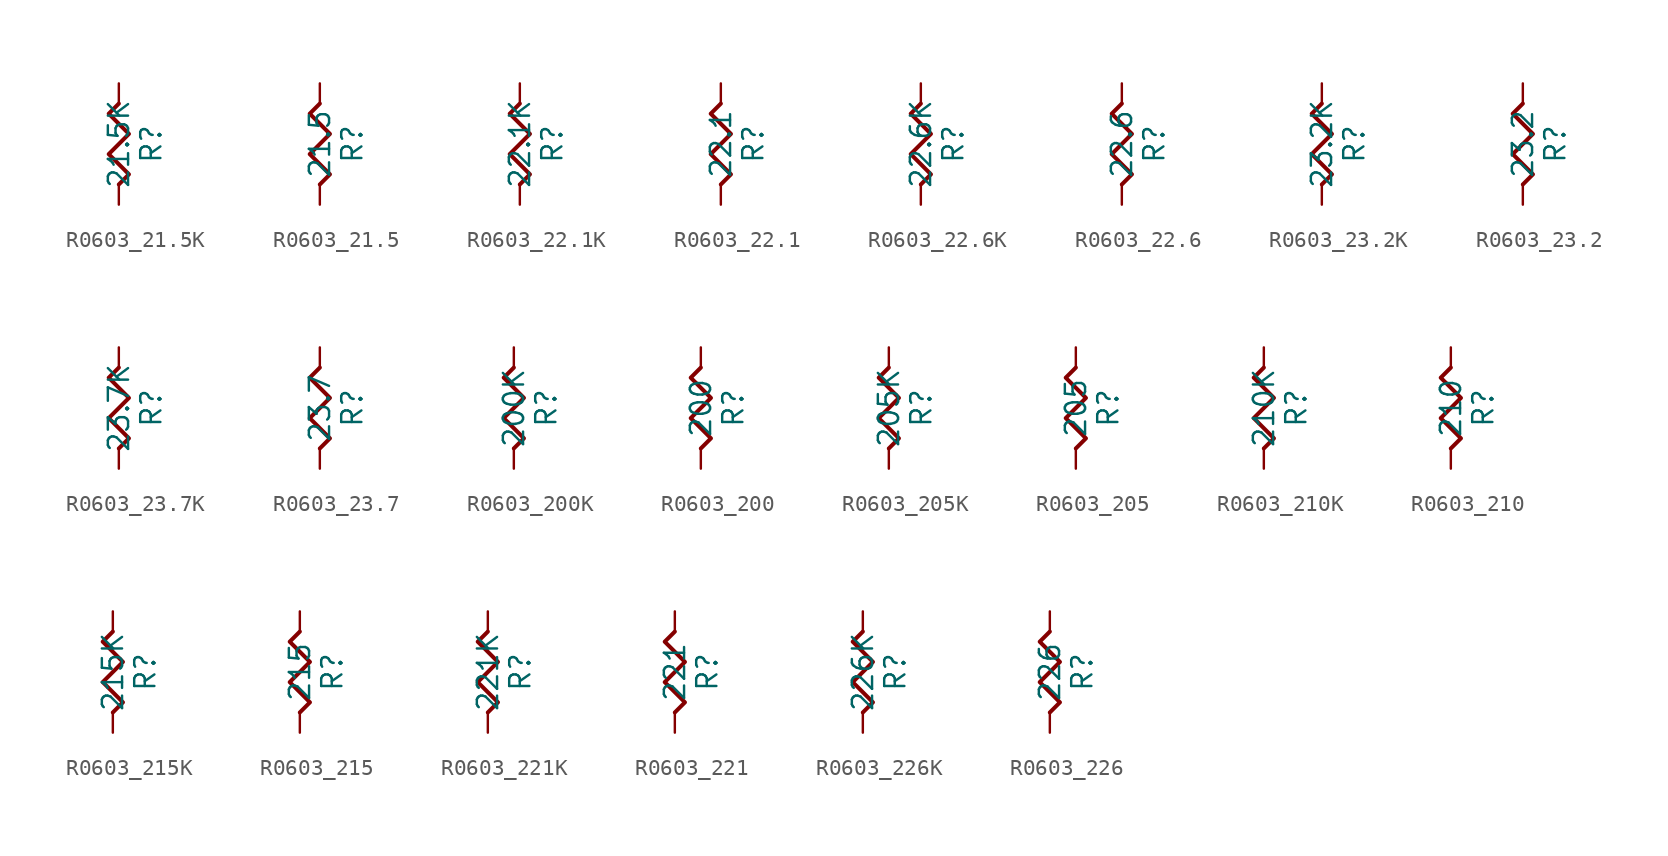
<source format=kicad_sym>
(kicad_symbol_lib
  (version 20211014)
  (generator atlantix-eda)
  (symbol "R0603_21.5K"
    (pin_numbers hide)
    (pin_names
      (offset 0))
    (property "Reference" "R"
      (at 2.032 0 90)
      (effects (font (size 1.27 1.27))))
    (property "Value" "21.5K"
      (at 0 0 90)
      (effects (font (size 1.27 1.27))))
    (symbol "R0603_21.5K_0_1"
      (polyline (pts (xy 0 -2.54) (xy 0.635 -1.905) (xy -0.635 -0.635) (xy 0.635 0.635) (xy -0.635 1.905) (xy 0 2.54)) (stroke (width 0.254) (type default) (color 0 0 0 0)) (fill (type none))))
    (symbol "R0603_21.5K_1_1"
      (pin passive line (at 0 3.81 270) (length 1.27) (name "~" (effects (font (size 1.27 1.27)))) (number "1" (effects (font (size 1.27 1.27)))))
      (pin passive line (at 0 -3.81 90) (length 1.27) (name "~" (effects (font (size 1.27 1.27)))) (number "2" (effects (font (size 1.27 1.27)))))))
  (symbol "R0603_21.5"
    (pin_numbers hide)
    (pin_names
      (offset 0))
    (property "Reference" "R"
      (at 2.032 0 90)
      (effects (font (size 1.27 1.27))))
    (property "Value" "21.5"
      (at 0 0 90)
      (effects (font (size 1.27 1.27))))
    (symbol "R0603_21.5_0_1"
      (polyline (pts (xy 0 -2.54) (xy 0.635 -1.905) (xy -0.635 -0.635) (xy 0.635 0.635) (xy -0.635 1.905) (xy 0 2.54)) (stroke (width 0.254) (type default) (color 0 0 0 0)) (fill (type none))))
    (symbol "R0603_21.5_1_1"
      (pin passive line (at 0 3.81 270) (length 1.27) (name "~" (effects (font (size 1.27 1.27)))) (number "1" (effects (font (size 1.27 1.27)))))
      (pin passive line (at 0 -3.81 90) (length 1.27) (name "~" (effects (font (size 1.27 1.27)))) (number "2" (effects (font (size 1.27 1.27)))))))
  (symbol "R0603_22.1K"
    (pin_numbers hide)
    (pin_names
      (offset 0))
    (property "Reference" "R"
      (at 2.032 0 90)
      (effects (font (size 1.27 1.27))))
    (property "Value" "22.1K"
      (at 0 0 90)
      (effects (font (size 1.27 1.27))))
    (symbol "R0603_22.1K_0_1"
      (polyline (pts (xy 0 -2.54) (xy 0.635 -1.905) (xy -0.635 -0.635) (xy 0.635 0.635) (xy -0.635 1.905) (xy 0 2.54)) (stroke (width 0.254) (type default) (color 0 0 0 0)) (fill (type none))))
    (symbol "R0603_22.1K_1_1"
      (pin passive line (at 0 3.81 270) (length 1.27) (name "~" (effects (font (size 1.27 1.27)))) (number "1" (effects (font (size 1.27 1.27)))))
      (pin passive line (at 0 -3.81 90) (length 1.27) (name "~" (effects (font (size 1.27 1.27)))) (number "2" (effects (font (size 1.27 1.27)))))))
  (symbol "R0603_22.1"
    (pin_numbers hide)
    (pin_names
      (offset 0))
    (property "Reference" "R"
      (at 2.032 0 90)
      (effects (font (size 1.27 1.27))))
    (property "Value" "22.1"
      (at 0 0 90)
      (effects (font (size 1.27 1.27))))
    (symbol "R0603_22.1_0_1"
      (polyline (pts (xy 0 -2.54) (xy 0.635 -1.905) (xy -0.635 -0.635) (xy 0.635 0.635) (xy -0.635 1.905) (xy 0 2.54)) (stroke (width 0.254) (type default) (color 0 0 0 0)) (fill (type none))))
    (symbol "R0603_22.1_1_1"
      (pin passive line (at 0 3.81 270) (length 1.27) (name "~" (effects (font (size 1.27 1.27)))) (number "1" (effects (font (size 1.27 1.27)))))
      (pin passive line (at 0 -3.81 90) (length 1.27) (name "~" (effects (font (size 1.27 1.27)))) (number "2" (effects (font (size 1.27 1.27)))))))
  (symbol "R0603_22.6K"
    (pin_numbers hide)
    (pin_names
      (offset 0))
    (property "Reference" "R"
      (at 2.032 0 90)
      (effects (font (size 1.27 1.27))))
    (property "Value" "22.6K"
      (at 0 0 90)
      (effects (font (size 1.27 1.27))))
    (symbol "R0603_22.6K_0_1"
      (polyline (pts (xy 0 -2.54) (xy 0.635 -1.905) (xy -0.635 -0.635) (xy 0.635 0.635) (xy -0.635 1.905) (xy 0 2.54)) (stroke (width 0.254) (type default) (color 0 0 0 0)) (fill (type none))))
    (symbol "R0603_22.6K_1_1"
      (pin passive line (at 0 3.81 270) (length 1.27) (name "~" (effects (font (size 1.27 1.27)))) (number "1" (effects (font (size 1.27 1.27)))))
      (pin passive line (at 0 -3.81 90) (length 1.27) (name "~" (effects (font (size 1.27 1.27)))) (number "2" (effects (font (size 1.27 1.27)))))))
  (symbol "R0603_22.6"
    (pin_numbers hide)
    (pin_names
      (offset 0))
    (property "Reference" "R"
      (at 2.032 0 90)
      (effects (font (size 1.27 1.27))))
    (property "Value" "22.6"
      (at 0 0 90)
      (effects (font (size 1.27 1.27))))
    (symbol "R0603_22.6_0_1"
      (polyline (pts (xy 0 -2.54) (xy 0.635 -1.905) (xy -0.635 -0.635) (xy 0.635 0.635) (xy -0.635 1.905) (xy 0 2.54)) (stroke (width 0.254) (type default) (color 0 0 0 0)) (fill (type none))))
    (symbol "R0603_22.6_1_1"
      (pin passive line (at 0 3.81 270) (length 1.27) (name "~" (effects (font (size 1.27 1.27)))) (number "1" (effects (font (size 1.27 1.27)))))
      (pin passive line (at 0 -3.81 90) (length 1.27) (name "~" (effects (font (size 1.27 1.27)))) (number "2" (effects (font (size 1.27 1.27)))))))
  (symbol "R0603_23.2K"
    (pin_numbers hide)
    (pin_names
      (offset 0))
    (property "Reference" "R"
      (at 2.032 0 90)
      (effects (font (size 1.27 1.27))))
    (property "Value" "23.2K"
      (at 0 0 90)
      (effects (font (size 1.27 1.27))))
    (symbol "R0603_23.2K_0_1"
      (polyline (pts (xy 0 -2.54) (xy 0.635 -1.905) (xy -0.635 -0.635) (xy 0.635 0.635) (xy -0.635 1.905) (xy 0 2.54)) (stroke (width 0.254) (type default) (color 0 0 0 0)) (fill (type none))))
    (symbol "R0603_23.2K_1_1"
      (pin passive line (at 0 3.81 270) (length 1.27) (name "~" (effects (font (size 1.27 1.27)))) (number "1" (effects (font (size 1.27 1.27)))))
      (pin passive line (at 0 -3.81 90) (length 1.27) (name "~" (effects (font (size 1.27 1.27)))) (number "2" (effects (font (size 1.27 1.27)))))))
  (symbol "R0603_23.2"
    (pin_numbers hide)
    (pin_names
      (offset 0))
    (property "Reference" "R"
      (at 2.032 0 90)
      (effects (font (size 1.27 1.27))))
    (property "Value" "23.2"
      (at 0 0 90)
      (effects (font (size 1.27 1.27))))
    (symbol "R0603_23.2_0_1"
      (polyline (pts (xy 0 -2.54) (xy 0.635 -1.905) (xy -0.635 -0.635) (xy 0.635 0.635) (xy -0.635 1.905) (xy 0 2.54)) (stroke (width 0.254) (type default) (color 0 0 0 0)) (fill (type none))))
    (symbol "R0603_23.2_1_1"
      (pin passive line (at 0 3.81 270) (length 1.27) (name "~" (effects (font (size 1.27 1.27)))) (number "1" (effects (font (size 1.27 1.27)))))
      (pin passive line (at 0 -3.81 90) (length 1.27) (name "~" (effects (font (size 1.27 1.27)))) (number "2" (effects (font (size 1.27 1.27)))))))
  (symbol "R0603_23.7K"
    (pin_numbers hide)
    (pin_names
      (offset 0))
    (property "Reference" "R"
      (at 2.032 0 90)
      (effects (font (size 1.27 1.27))))
    (property "Value" "23.7K"
      (at 0 0 90)
      (effects (font (size 1.27 1.27))))
    (symbol "R0603_23.7K_0_1"
      (polyline (pts (xy 0 -2.54) (xy 0.635 -1.905) (xy -0.635 -0.635) (xy 0.635 0.635) (xy -0.635 1.905) (xy 0 2.54)) (stroke (width 0.254) (type default) (color 0 0 0 0)) (fill (type none))))
    (symbol "R0603_23.7K_1_1"
      (pin passive line (at 0 3.81 270) (length 1.27) (name "~" (effects (font (size 1.27 1.27)))) (number "1" (effects (font (size 1.27 1.27)))))
      (pin passive line (at 0 -3.81 90) (length 1.27) (name "~" (effects (font (size 1.27 1.27)))) (number "2" (effects (font (size 1.27 1.27)))))))
  (symbol "R0603_23.7"
    (pin_numbers hide)
    (pin_names
      (offset 0))
    (property "Reference" "R"
      (at 2.032 0 90)
      (effects (font (size 1.27 1.27))))
    (property "Value" "23.7"
      (at 0 0 90)
      (effects (font (size 1.27 1.27))))
    (symbol "R0603_23.7_0_1"
      (polyline (pts (xy 0 -2.54) (xy 0.635 -1.905) (xy -0.635 -0.635) (xy 0.635 0.635) (xy -0.635 1.905) (xy 0 2.54)) (stroke (width 0.254) (type default) (color 0 0 0 0)) (fill (type none))))
    (symbol "R0603_23.7_1_1"
      (pin passive line (at 0 3.81 270) (length 1.27) (name "~" (effects (font (size 1.27 1.27)))) (number "1" (effects (font (size 1.27 1.27)))))
      (pin passive line (at 0 -3.81 90) (length 1.27) (name "~" (effects (font (size 1.27 1.27)))) (number "2" (effects (font (size 1.27 1.27)))))))
  (symbol "R0603_200K"
    (pin_numbers hide)
    (pin_names
      (offset 0))
    (property "Reference" "R"
      (at 2.032 0 90)
      (effects (font (size 1.27 1.27))))
    (property "Value" "200K"
      (at 0 0 90)
      (effects (font (size 1.27 1.27))))
    (symbol "R0603_200K_0_1"
      (polyline (pts (xy 0 -2.54) (xy 0.635 -1.905) (xy -0.635 -0.635) (xy 0.635 0.635) (xy -0.635 1.905) (xy 0 2.54)) (stroke (width 0.254) (type default) (color 0 0 0 0)) (fill (type none))))
    (symbol "R0603_200K_1_1"
      (pin passive line (at 0 3.81 270) (length 1.27) (name "~" (effects (font (size 1.27 1.27)))) (number "1" (effects (font (size 1.27 1.27)))))
      (pin passive line (at 0 -3.81 90) (length 1.27) (name "~" (effects (font (size 1.27 1.27)))) (number "2" (effects (font (size 1.27 1.27)))))))
  (symbol "R0603_200"
    (pin_numbers hide)
    (pin_names
      (offset 0))
    (property "Reference" "R"
      (at 2.032 0 90)
      (effects (font (size 1.27 1.27))))
    (property "Value" "200"
      (at 0 0 90)
      (effects (font (size 1.27 1.27))))
    (symbol "R0603_200_0_1"
      (polyline (pts (xy 0 -2.54) (xy 0.635 -1.905) (xy -0.635 -0.635) (xy 0.635 0.635) (xy -0.635 1.905) (xy 0 2.54)) (stroke (width 0.254) (type default) (color 0 0 0 0)) (fill (type none))))
    (symbol "R0603_200_1_1"
      (pin passive line (at 0 3.81 270) (length 1.27) (name "~" (effects (font (size 1.27 1.27)))) (number "1" (effects (font (size 1.27 1.27)))))
      (pin passive line (at 0 -3.81 90) (length 1.27) (name "~" (effects (font (size 1.27 1.27)))) (number "2" (effects (font (size 1.27 1.27)))))))
  (symbol "R0603_205K"
    (pin_numbers hide)
    (pin_names
      (offset 0))
    (property "Reference" "R"
      (at 2.032 0 90)
      (effects (font (size 1.27 1.27))))
    (property "Value" "205K"
      (at 0 0 90)
      (effects (font (size 1.27 1.27))))
    (symbol "R0603_205K_0_1"
      (polyline (pts (xy 0 -2.54) (xy 0.635 -1.905) (xy -0.635 -0.635) (xy 0.635 0.635) (xy -0.635 1.905) (xy 0 2.54)) (stroke (width 0.254) (type default) (color 0 0 0 0)) (fill (type none))))
    (symbol "R0603_205K_1_1"
      (pin passive line (at 0 3.81 270) (length 1.27) (name "~" (effects (font (size 1.27 1.27)))) (number "1" (effects (font (size 1.27 1.27)))))
      (pin passive line (at 0 -3.81 90) (length 1.27) (name "~" (effects (font (size 1.27 1.27)))) (number "2" (effects (font (size 1.27 1.27)))))))
  (symbol "R0603_205"
    (pin_numbers hide)
    (pin_names
      (offset 0))
    (property "Reference" "R"
      (at 2.032 0 90)
      (effects (font (size 1.27 1.27))))
    (property "Value" "205"
      (at 0 0 90)
      (effects (font (size 1.27 1.27))))
    (symbol "R0603_205_0_1"
      (polyline (pts (xy 0 -2.54) (xy 0.635 -1.905) (xy -0.635 -0.635) (xy 0.635 0.635) (xy -0.635 1.905) (xy 0 2.54)) (stroke (width 0.254) (type default) (color 0 0 0 0)) (fill (type none))))
    (symbol "R0603_205_1_1"
      (pin passive line (at 0 3.81 270) (length 1.27) (name "~" (effects (font (size 1.27 1.27)))) (number "1" (effects (font (size 1.27 1.27)))))
      (pin passive line (at 0 -3.81 90) (length 1.27) (name "~" (effects (font (size 1.27 1.27)))) (number "2" (effects (font (size 1.27 1.27)))))))
  (symbol "R0603_210K"
    (pin_numbers hide)
    (pin_names
      (offset 0))
    (property "Reference" "R"
      (at 2.032 0 90)
      (effects (font (size 1.27 1.27))))
    (property "Value" "210K"
      (at 0 0 90)
      (effects (font (size 1.27 1.27))))
    (symbol "R0603_210K_0_1"
      (polyline (pts (xy 0 -2.54) (xy 0.635 -1.905) (xy -0.635 -0.635) (xy 0.635 0.635) (xy -0.635 1.905) (xy 0 2.54)) (stroke (width 0.254) (type default) (color 0 0 0 0)) (fill (type none))))
    (symbol "R0603_210K_1_1"
      (pin passive line (at 0 3.81 270) (length 1.27) (name "~" (effects (font (size 1.27 1.27)))) (number "1" (effects (font (size 1.27 1.27)))))
      (pin passive line (at 0 -3.81 90) (length 1.27) (name "~" (effects (font (size 1.27 1.27)))) (number "2" (effects (font (size 1.27 1.27)))))))
  (symbol "R0603_210"
    (pin_numbers hide)
    (pin_names
      (offset 0))
    (property "Reference" "R"
      (at 2.032 0 90)
      (effects (font (size 1.27 1.27))))
    (property "Value" "210"
      (at 0 0 90)
      (effects (font (size 1.27 1.27))))
    (symbol "R0603_210_0_1"
      (polyline (pts (xy 0 -2.54) (xy 0.635 -1.905) (xy -0.635 -0.635) (xy 0.635 0.635) (xy -0.635 1.905) (xy 0 2.54)) (stroke (width 0.254) (type default) (color 0 0 0 0)) (fill (type none))))
    (symbol "R0603_210_1_1"
      (pin passive line (at 0 3.81 270) (length 1.27) (name "~" (effects (font (size 1.27 1.27)))) (number "1" (effects (font (size 1.27 1.27)))))
      (pin passive line (at 0 -3.81 90) (length 1.27) (name "~" (effects (font (size 1.27 1.27)))) (number "2" (effects (font (size 1.27 1.27)))))))
  (symbol "R0603_215K"
    (pin_numbers hide)
    (pin_names
      (offset 0))
    (property "Reference" "R"
      (at 2.032 0 90)
      (effects (font (size 1.27 1.27))))
    (property "Value" "215K"
      (at 0 0 90)
      (effects (font (size 1.27 1.27))))
    (symbol "R0603_215K_0_1"
      (polyline (pts (xy 0 -2.54) (xy 0.635 -1.905) (xy -0.635 -0.635) (xy 0.635 0.635) (xy -0.635 1.905) (xy 0 2.54)) (stroke (width 0.254) (type default) (color 0 0 0 0)) (fill (type none))))
    (symbol "R0603_215K_1_1"
      (pin passive line (at 0 3.81 270) (length 1.27) (name "~" (effects (font (size 1.27 1.27)))) (number "1" (effects (font (size 1.27 1.27)))))
      (pin passive line (at 0 -3.81 90) (length 1.27) (name "~" (effects (font (size 1.27 1.27)))) (number "2" (effects (font (size 1.27 1.27)))))))
  (symbol "R0603_215"
    (pin_numbers hide)
    (pin_names
      (offset 0))
    (property "Reference" "R"
      (at 2.032 0 90)
      (effects (font (size 1.27 1.27))))
    (property "Value" "215"
      (at 0 0 90)
      (effects (font (size 1.27 1.27))))
    (symbol "R0603_215_0_1"
      (polyline (pts (xy 0 -2.54) (xy 0.635 -1.905) (xy -0.635 -0.635) (xy 0.635 0.635) (xy -0.635 1.905) (xy 0 2.54)) (stroke (width 0.254) (type default) (color 0 0 0 0)) (fill (type none))))
    (symbol "R0603_215_1_1"
      (pin passive line (at 0 3.81 270) (length 1.27) (name "~" (effects (font (size 1.27 1.27)))) (number "1" (effects (font (size 1.27 1.27)))))
      (pin passive line (at 0 -3.81 90) (length 1.27) (name "~" (effects (font (size 1.27 1.27)))) (number "2" (effects (font (size 1.27 1.27)))))))
  (symbol "R0603_221K"
    (pin_numbers hide)
    (pin_names
      (offset 0))
    (property "Reference" "R"
      (at 2.032 0 90)
      (effects (font (size 1.27 1.27))))
    (property "Value" "221K"
      (at 0 0 90)
      (effects (font (size 1.27 1.27))))
    (symbol "R0603_221K_0_1"
      (polyline (pts (xy 0 -2.54) (xy 0.635 -1.905) (xy -0.635 -0.635) (xy 0.635 0.635) (xy -0.635 1.905) (xy 0 2.54)) (stroke (width 0.254) (type default) (color 0 0 0 0)) (fill (type none))))
    (symbol "R0603_221K_1_1"
      (pin passive line (at 0 3.81 270) (length 1.27) (name "~" (effects (font (size 1.27 1.27)))) (number "1" (effects (font (size 1.27 1.27)))))
      (pin passive line (at 0 -3.81 90) (length 1.27) (name "~" (effects (font (size 1.27 1.27)))) (number "2" (effects (font (size 1.27 1.27)))))))
  (symbol "R0603_221"
    (pin_numbers hide)
    (pin_names
      (offset 0))
    (property "Reference" "R"
      (at 2.032 0 90)
      (effects (font (size 1.27 1.27))))
    (property "Value" "221"
      (at 0 0 90)
      (effects (font (size 1.27 1.27))))
    (symbol "R0603_221_0_1"
      (polyline (pts (xy 0 -2.54) (xy 0.635 -1.905) (xy -0.635 -0.635) (xy 0.635 0.635) (xy -0.635 1.905) (xy 0 2.54)) (stroke (width 0.254) (type default) (color 0 0 0 0)) (fill (type none))))
    (symbol "R0603_221_1_1"
      (pin passive line (at 0 3.81 270) (length 1.27) (name "~" (effects (font (size 1.27 1.27)))) (number "1" (effects (font (size 1.27 1.27)))))
      (pin passive line (at 0 -3.81 90) (length 1.27) (name "~" (effects (font (size 1.27 1.27)))) (number "2" (effects (font (size 1.27 1.27)))))))
  (symbol "R0603_226K"
    (pin_numbers hide)
    (pin_names
      (offset 0))
    (property "Reference" "R"
      (at 2.032 0 90)
      (effects (font (size 1.27 1.27))))
    (property "Value" "226K"
      (at 0 0 90)
      (effects (font (size 1.27 1.27))))
    (symbol "R0603_226K_0_1"
      (polyline (pts (xy 0 -2.54) (xy 0.635 -1.905) (xy -0.635 -0.635) (xy 0.635 0.635) (xy -0.635 1.905) (xy 0 2.54)) (stroke (width 0.254) (type default) (color 0 0 0 0)) (fill (type none))))
    (symbol "R0603_226K_1_1"
      (pin passive line (at 0 3.81 270) (length 1.27) (name "~" (effects (font (size 1.27 1.27)))) (number "1" (effects (font (size 1.27 1.27)))))
      (pin passive line (at 0 -3.81 90) (length 1.27) (name "~" (effects (font (size 1.27 1.27)))) (number "2" (effects (font (size 1.27 1.27)))))))
  (symbol "R0603_226"
    (pin_numbers hide)
    (pin_names
      (offset 0))
    (property "Reference" "R"
      (at 2.032 0 90)
      (effects (font (size 1.27 1.27))))
    (property "Value" "226"
      (at 0 0 90)
      (effects (font (size 1.27 1.27))))
    (symbol "R0603_226_0_1"
      (polyline (pts (xy 0 -2.54) (xy 0.635 -1.905) (xy -0.635 -0.635) (xy 0.635 0.635) (xy -0.635 1.905) (xy 0 2.54)) (stroke (width 0.254) (type default) (color 0 0 0 0)) (fill (type none))))
    (symbol "R0603_226_1_1"
      (pin passive line (at 0 3.81 270) (length 1.27) (name "~" (effects (font (size 1.27 1.27)))) (number "1" (effects (font (size 1.27 1.27)))))
      (pin passive line (at 0 -3.81 90) (length 1.27) (name "~" (effects (font (size 1.27 1.27)))) (number "2" (effects (font (size 1.27 1.27))))))))
</source>
